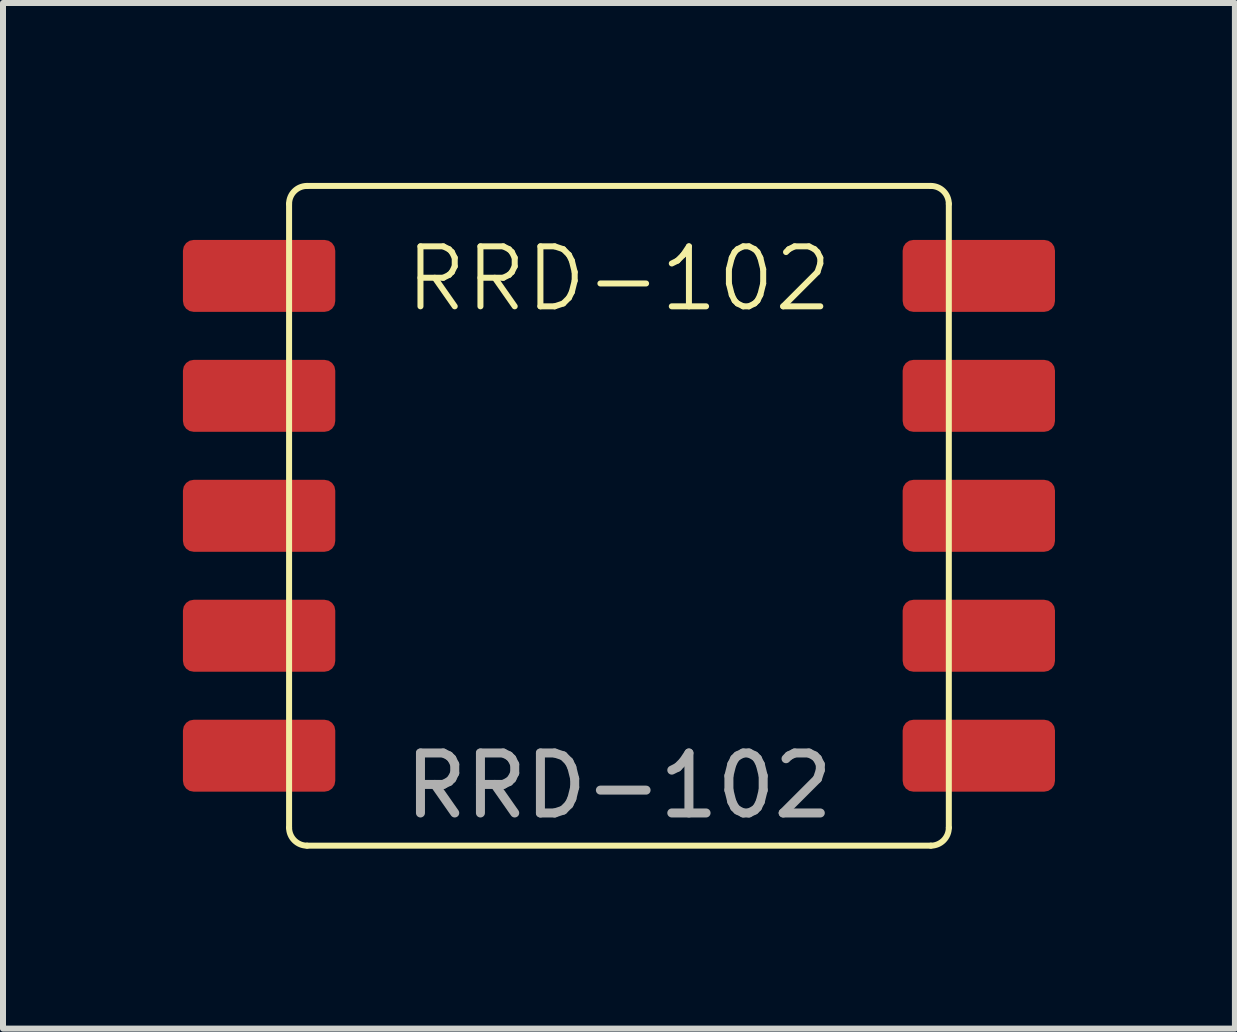
<source format=kicad_pcb>
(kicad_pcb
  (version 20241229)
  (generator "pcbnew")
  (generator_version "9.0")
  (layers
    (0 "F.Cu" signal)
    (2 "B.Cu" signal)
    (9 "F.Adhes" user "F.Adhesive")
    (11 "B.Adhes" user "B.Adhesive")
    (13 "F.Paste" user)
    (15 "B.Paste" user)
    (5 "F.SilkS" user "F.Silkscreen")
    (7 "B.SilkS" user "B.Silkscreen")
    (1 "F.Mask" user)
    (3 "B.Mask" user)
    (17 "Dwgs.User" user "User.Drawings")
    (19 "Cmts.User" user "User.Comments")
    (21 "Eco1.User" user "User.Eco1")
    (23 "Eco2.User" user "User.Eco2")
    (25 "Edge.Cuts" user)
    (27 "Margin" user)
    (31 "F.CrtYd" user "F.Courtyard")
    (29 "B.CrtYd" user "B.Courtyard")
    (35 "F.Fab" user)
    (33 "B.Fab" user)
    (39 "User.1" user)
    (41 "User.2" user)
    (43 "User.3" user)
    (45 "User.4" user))
  (footprint "RRD-102"
    (layer "F.Cu")
    (at 7.27 5.05)
    (property "Reference" "RRD-102" (at 0 -3.45 0) (unlocked yes) (layer "F.SilkS") (effects (font (size 1 1) (thickness 0.1))))
    (attr smd)
    (fp_line (start -5.5 5.7) (end -5.5 -4.7) (stroke (width 0.1) (type default)) (layer "F.SilkS"))
    (fp_line (start -5.2 -5) (end 5.2 -5) (stroke (width 0.1) (type default)) (layer "F.SilkS"))
    (fp_line (start 5.2 6) (end -5.2 6) (stroke (width 0.1) (type default)) (layer "F.SilkS"))
    (fp_line (start 5.5 -4.7) (end 5.5 5.7) (stroke (width 0.1) (type default)) (layer "F.SilkS"))
    (fp_arc (start -5.5 -4.7) (mid -5.412132 -4.912132) (end -5.2 -5) (stroke (width 0.1) (type default)) (layer "F.SilkS"))
    (fp_arc (start -5.2 6) (mid -5.412132 5.912132) (end -5.5 5.7) (stroke (width 0.1) (type default)) (layer "F.SilkS"))
    (fp_arc (start 5.2 -5) (mid 5.412132 -4.912132) (end 5.5 -4.7) (stroke (width 0.1) (type default)) (layer "F.SilkS"))
    (fp_arc (start 5.5 5.7) (mid 5.412132 5.912132) (end 5.2 6) (stroke (width 0.1) (type default)) (layer "F.SilkS"))
    (fp_text user "${REFERENCE}" (at 0 5 0) (unlocked yes) (layer "F.Fab") (effects (font (size 1 1) (thickness 0.15))))
    (pad "1" smd roundrect (at 6 -3.5) (size 2.54 1.2) (layers "F.Cu" "F.Mask" "F.Paste") (roundrect_rratio 0.15))
    (pad "2" smd roundrect (at 6 -1.5) (size 2.54 1.2) (layers "F.Cu" "F.Mask" "F.Paste") (roundrect_rratio 0.15))
    (pad "3" smd roundrect (at 6 0.5) (size 2.54 1.2) (layers "F.Cu" "F.Mask" "F.Paste") (roundrect_rratio 0.15))
    (pad "4" smd roundrect (at 6 2.5) (size 2.54 1.2) (layers "F.Cu" "F.Mask" "F.Paste") (roundrect_rratio 0.15))
    (pad "5" smd roundrect (at 6 4.5) (size 2.54 1.2) (layers "F.Cu" "F.Mask" "F.Paste") (roundrect_rratio 0.15))
    (pad "6" smd roundrect (at -6 -3.5) (size 2.54 1.2) (layers "F.Cu" "F.Mask" "F.Paste") (roundrect_rratio 0.15))
    (pad "7" smd roundrect (at -6 -1.5) (size 2.54 1.2) (layers "F.Cu" "F.Mask" "F.Paste") (roundrect_rratio 0.15))
    (pad "8" smd roundrect (at -6 0.5) (size 2.54 1.2) (layers "F.Cu" "F.Mask" "F.Paste") (roundrect_rratio 0.15))
    (pad "9" smd roundrect (at -6 2.5) (size 2.54 1.2) (layers "F.Cu" "F.Mask" "F.Paste") (roundrect_rratio 0.15))
    (pad "10" smd roundrect (at -6 4.5) (size 2.54 1.2) (layers "F.Cu" "F.Mask" "F.Paste") (roundrect_rratio 0.15)))
  (gr_rect
    (start -3 -3)
    (end 17.54 14.1)
    (stroke (width 0.1) (type default))
    (fill no)
    (layer "Edge.Cuts")))
</source>
